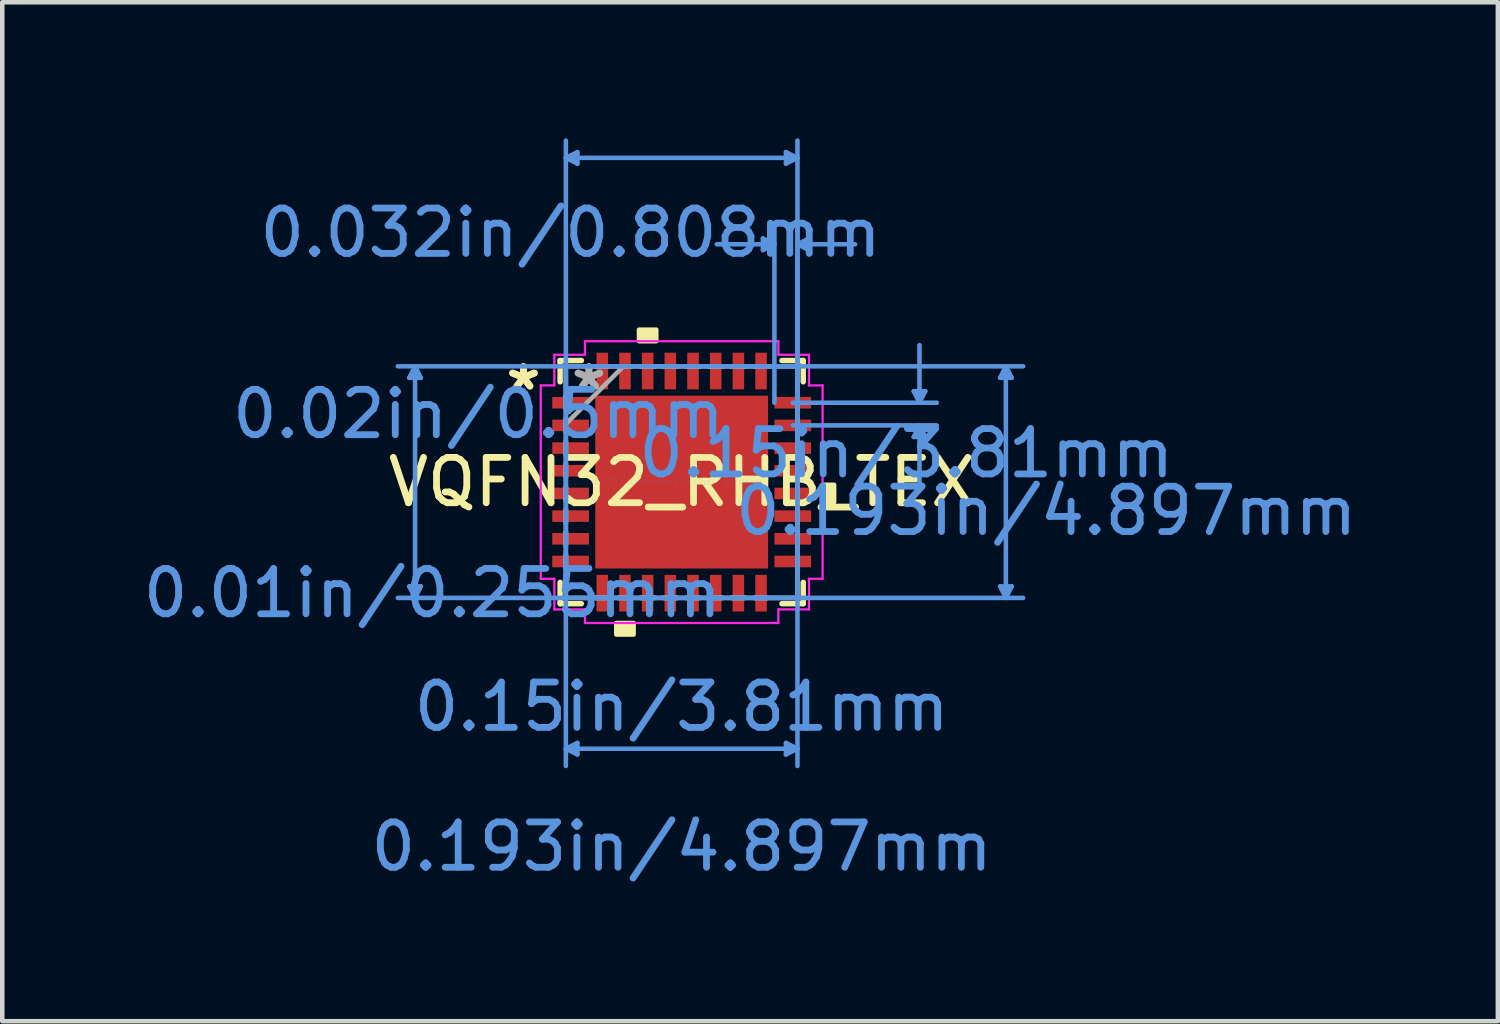
<source format=kicad_pcb>
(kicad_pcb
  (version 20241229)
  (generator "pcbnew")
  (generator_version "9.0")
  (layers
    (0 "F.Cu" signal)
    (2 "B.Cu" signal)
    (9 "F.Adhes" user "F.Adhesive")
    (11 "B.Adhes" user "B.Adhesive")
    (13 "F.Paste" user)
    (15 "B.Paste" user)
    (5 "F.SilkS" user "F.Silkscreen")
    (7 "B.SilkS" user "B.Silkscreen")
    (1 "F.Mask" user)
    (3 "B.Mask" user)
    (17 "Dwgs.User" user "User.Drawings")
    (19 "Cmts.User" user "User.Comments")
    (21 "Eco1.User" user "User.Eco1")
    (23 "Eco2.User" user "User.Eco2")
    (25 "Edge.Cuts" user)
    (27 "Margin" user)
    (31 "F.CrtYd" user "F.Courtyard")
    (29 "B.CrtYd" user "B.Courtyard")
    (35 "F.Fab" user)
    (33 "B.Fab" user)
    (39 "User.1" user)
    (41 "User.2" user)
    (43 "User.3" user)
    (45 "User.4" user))
  (footprint "VQFN32_RHB_TEX"
    (layer "F.Cu")
    (at 11.979 7.579)
    (property "Reference" "VQFN32_RHB_TEX" (at 0 0 0) (layer "F.SilkS") (effects (font (size 1 1) (thickness 0.15))))
    (attr through_hole)
    (fp_line (start -2.68 -2.68) (end -2.68 -2.211) (stroke (width 0.12) (type solid)) (layer "F.SilkS"))
    (fp_line (start -2.68 2.211) (end -2.68 2.68) (stroke (width 0.12) (type solid)) (layer "F.SilkS"))
    (fp_line (start -2.68 2.68) (end -2.211 2.68) (stroke (width 0.12) (type solid)) (layer "F.SilkS"))
    (fp_line (start -2.211 -2.68) (end -2.68 -2.68) (stroke (width 0.12) (type solid)) (layer "F.SilkS"))
    (fp_line (start 2.211 2.68) (end 2.68 2.68) (stroke (width 0.12) (type solid)) (layer "F.SilkS"))
    (fp_line (start 2.68 -2.68) (end 2.211 -2.68) (stroke (width 0.12) (type solid)) (layer "F.SilkS"))
    (fp_line (start 2.68 -2.211) (end 2.68 -2.68) (stroke (width 0.12) (type solid)) (layer "F.SilkS"))
    (fp_line (start 2.68 2.68) (end 2.68 2.211) (stroke (width 0.12) (type solid)) (layer "F.SilkS"))
    (fp_poly (pts (xy -1.441 3.107) (xy -1.441 3.361) (xy -1.06 3.361) (xy -1.06 3.107)) (stroke (width 0.1) (type solid)) (fill yes) (layer "F.SilkS"))
    (fp_poly (pts (xy -0.941 -3.107) (xy -0.941 -3.361) (xy -0.56 -3.361) (xy -0.56 -3.107)) (stroke (width 0.1) (type solid)) (fill yes) (layer "F.SilkS"))
    (fp_poly (pts (xy 3.361 0.06) (xy 3.361 0.441) (xy 3.107 0.441) (xy 3.107 0.06)) (stroke (width 0.1) (type solid)) (fill yes) (layer "F.SilkS"))
    (fp_poly (pts (xy -1.805 -1.805) (xy -1.805 -0.735) (xy -0.735 -0.735) (xy -0.735 -1.805)) (stroke (width 0.1) (type solid)) (fill yes) (layer "F.Paste"))
    (fp_poly (pts (xy -1.805 -0.535) (xy -1.805 0.535) (xy -0.735 0.535) (xy -0.735 -0.535)) (stroke (width 0.1) (type solid)) (fill yes) (layer "F.Paste"))
    (fp_poly (pts (xy -1.805 0.735) (xy -1.805 1.805) (xy -0.735 1.805) (xy -0.735 0.735)) (stroke (width 0.1) (type solid)) (fill yes) (layer "F.Paste"))
    (fp_poly (pts (xy -0.535 -1.805) (xy -0.535 -0.735) (xy 0.535 -0.735) (xy 0.535 -1.805)) (stroke (width 0.1) (type solid)) (fill yes) (layer "F.Paste"))
    (fp_poly (pts (xy -0.535 -0.535) (xy -0.535 0.535) (xy 0.535 0.535) (xy 0.535 -0.535)) (stroke (width 0.1) (type solid)) (fill yes) (layer "F.Paste"))
    (fp_poly (pts (xy -0.535 0.735) (xy -0.535 1.805) (xy 0.535 1.805) (xy 0.535 0.735)) (stroke (width 0.1) (type solid)) (fill yes) (layer "F.Paste"))
    (fp_poly (pts (xy 0.735 -1.805) (xy 0.735 -0.735) (xy 1.805 -0.735) (xy 1.805 -1.805)) (stroke (width 0.1) (type solid)) (fill yes) (layer "F.Paste"))
    (fp_poly (pts (xy 0.735 -0.535) (xy 0.735 0.535) (xy 1.805 0.535) (xy 1.805 -0.535)) (stroke (width 0.1) (type solid)) (fill yes) (layer "F.Paste"))
    (fp_poly (pts (xy 0.735 0.735) (xy 0.735 1.805) (xy 1.805 1.805) (xy 1.805 0.735)) (stroke (width 0.1) (type solid)) (fill yes) (layer "F.Paste"))
    (fp_line (start -6.005 -2.299) (end -5.751 -2.299) (stroke (width 0.1) (type solid)) (layer "Cmts.User"))
    (fp_line (start -6.005 2.299) (end -5.751 2.299) (stroke (width 0.1) (type solid)) (layer "Cmts.User"))
    (fp_line (start -5.878 -2.553) (end -6.005 -2.299) (stroke (width 0.1) (type solid)) (layer "Cmts.User"))
    (fp_line (start -5.878 -2.553) (end -5.878 2.553) (stroke (width 0.1) (type solid)) (layer "Cmts.User"))
    (fp_line (start -5.878 -2.553) (end -5.751 -2.299) (stroke (width 0.1) (type solid)) (layer "Cmts.User"))
    (fp_line (start -5.878 2.553) (end -6.005 2.299) (stroke (width 0.1) (type solid)) (layer "Cmts.User"))
    (fp_line (start -5.878 2.553) (end -5.751 2.299) (stroke (width 0.1) (type solid)) (layer "Cmts.User"))
    (fp_line (start -2.553 -7.148) (end -2.299 -7.275) (stroke (width 0.1) (type solid)) (layer "Cmts.User"))
    (fp_line (start -2.553 -7.148) (end -2.299 -7.021) (stroke (width 0.1) (type solid)) (layer "Cmts.User"))
    (fp_line (start -2.553 -7.148) (end 2.553 -7.148) (stroke (width 0.1) (type solid)) (layer "Cmts.User"))
    (fp_line (start -2.553 -2.553) (end -2.553 6.259) (stroke (width 0.1) (type solid)) (layer "Cmts.User"))
    (fp_line (start -2.553 -1.75) (end -2.553 -7.529) (stroke (width 0.1) (type solid)) (layer "Cmts.User"))
    (fp_line (start -2.553 5.878) (end -2.299 5.751) (stroke (width 0.1) (type solid)) (layer "Cmts.User"))
    (fp_line (start -2.553 5.878) (end -2.299 6.005) (stroke (width 0.1) (type solid)) (layer "Cmts.User"))
    (fp_line (start -2.553 5.878) (end 2.553 5.878) (stroke (width 0.1) (type solid)) (layer "Cmts.User"))
    (fp_line (start -2.299 -7.275) (end -2.299 -7.021) (stroke (width 0.1) (type solid)) (layer "Cmts.User"))
    (fp_line (start -2.299 5.751) (end -2.299 6.005) (stroke (width 0.1) (type solid)) (layer "Cmts.User"))
    (fp_line (start 1.75 -2.553) (end 7.529 -2.553) (stroke (width 0.1) (type solid)) (layer "Cmts.User"))
    (fp_line (start 1.75 2.553) (end 7.529 2.553) (stroke (width 0.1) (type solid)) (layer "Cmts.User"))
    (fp_line (start 1.791 -5.37) (end 1.791 -5.116) (stroke (width 0.1) (type solid)) (layer "Cmts.User"))
    (fp_line (start 2.045 -5.243) (end 0.775 -5.243) (stroke (width 0.1) (type solid)) (layer "Cmts.User"))
    (fp_line (start 2.045 -5.243) (end 1.791 -5.37) (stroke (width 0.1) (type solid)) (layer "Cmts.User"))
    (fp_line (start 2.045 -5.243) (end 1.791 -5.116) (stroke (width 0.1) (type solid)) (layer "Cmts.User"))
    (fp_line (start 2.045 -1.75) (end 2.045 -5.624) (stroke (width 0.1) (type solid)) (layer "Cmts.User"))
    (fp_line (start 2.299 -7.275) (end 2.299 -7.021) (stroke (width 0.1) (type solid)) (layer "Cmts.User"))
    (fp_line (start 2.299 5.751) (end 2.299 6.005) (stroke (width 0.1) (type solid)) (layer "Cmts.User"))
    (fp_line (start 2.449 -1.75) (end 5.624 -1.75) (stroke (width 0.1) (type solid)) (layer "Cmts.User"))
    (fp_line (start 2.449 -1.25) (end 5.624 -1.25) (stroke (width 0.1) (type solid)) (layer "Cmts.User"))
    (fp_line (start 2.553 -7.148) (end 2.299 -7.275) (stroke (width 0.1) (type solid)) (layer "Cmts.User"))
    (fp_line (start 2.553 -7.148) (end 2.299 -7.021) (stroke (width 0.1) (type solid)) (layer "Cmts.User"))
    (fp_line (start 2.553 -5.243) (end 2.807 -5.37) (stroke (width 0.1) (type solid)) (layer "Cmts.User"))
    (fp_line (start 2.553 -5.243) (end 2.807 -5.116) (stroke (width 0.1) (type solid)) (layer "Cmts.User"))
    (fp_line (start 2.553 -5.243) (end 3.823 -5.243) (stroke (width 0.1) (type solid)) (layer "Cmts.User"))
    (fp_line (start 2.553 -2.553) (end -6.259 -2.553) (stroke (width 0.1) (type solid)) (layer "Cmts.User"))
    (fp_line (start 2.553 -2.553) (end 2.553 6.259) (stroke (width 0.1) (type solid)) (layer "Cmts.User"))
    (fp_line (start 2.553 -1.75) (end 2.553 -7.529) (stroke (width 0.1) (type solid)) (layer "Cmts.User"))
    (fp_line (start 2.553 -1.75) (end 2.553 -5.624) (stroke (width 0.1) (type solid)) (layer "Cmts.User"))
    (fp_line (start 2.553 2.553) (end -6.259 2.553) (stroke (width 0.1) (type solid)) (layer "Cmts.User"))
    (fp_line (start 2.553 5.878) (end 2.299 5.751) (stroke (width 0.1) (type solid)) (layer "Cmts.User"))
    (fp_line (start 2.553 5.878) (end 2.299 6.005) (stroke (width 0.1) (type solid)) (layer "Cmts.User"))
    (fp_line (start 2.807 -5.37) (end 2.807 -5.116) (stroke (width 0.1) (type solid)) (layer "Cmts.User"))
    (fp_line (start 5.116 -2.004) (end 5.37 -2.004) (stroke (width 0.1) (type solid)) (layer "Cmts.User"))
    (fp_line (start 5.116 -0.996) (end 5.37 -0.996) (stroke (width 0.1) (type solid)) (layer "Cmts.User"))
    (fp_line (start 5.243 -1.75) (end 5.116 -2.004) (stroke (width 0.1) (type solid)) (layer "Cmts.User"))
    (fp_line (start 5.243 -1.75) (end 5.243 -3.02) (stroke (width 0.1) (type solid)) (layer "Cmts.User"))
    (fp_line (start 5.243 -1.75) (end 5.37 -2.004) (stroke (width 0.1) (type solid)) (layer "Cmts.User"))
    (fp_line (start 5.243 -1.25) (end 5.116 -0.996) (stroke (width 0.1) (type solid)) (layer "Cmts.User"))
    (fp_line (start 5.243 -1.25) (end 5.243 0.02) (stroke (width 0.1) (type solid)) (layer "Cmts.User"))
    (fp_line (start 5.243 -1.25) (end 5.37 -0.996) (stroke (width 0.1) (type solid)) (layer "Cmts.User"))
    (fp_line (start 7.021 -2.299) (end 7.275 -2.299) (stroke (width 0.1) (type solid)) (layer "Cmts.User"))
    (fp_line (start 7.021 2.299) (end 7.275 2.299) (stroke (width 0.1) (type solid)) (layer "Cmts.User"))
    (fp_line (start 7.148 -2.553) (end 7.021 -2.299) (stroke (width 0.1) (type solid)) (layer "Cmts.User"))
    (fp_line (start 7.148 -2.553) (end 7.148 2.553) (stroke (width 0.1) (type solid)) (layer "Cmts.User"))
    (fp_line (start 7.148 -2.553) (end 7.275 -2.299) (stroke (width 0.1) (type solid)) (layer "Cmts.User"))
    (fp_line (start 7.148 2.553) (end 7.021 2.299) (stroke (width 0.1) (type solid)) (layer "Cmts.User"))
    (fp_line (start 7.148 2.553) (end 7.275 2.299) (stroke (width 0.1) (type solid)) (layer "Cmts.User"))
    (fp_line (start -3.107 -2.132) (end -2.807 -2.132) (stroke (width 0.05) (type solid)) (layer "F.CrtYd"))
    (fp_line (start -3.107 2.132) (end -3.107 -2.132) (stroke (width 0.05) (type solid)) (layer "F.CrtYd"))
    (fp_line (start -2.807 -2.807) (end -2.132 -2.807) (stroke (width 0.05) (type solid)) (layer "F.CrtYd"))
    (fp_line (start -2.807 -2.132) (end -2.807 -2.807) (stroke (width 0.05) (type solid)) (layer "F.CrtYd"))
    (fp_line (start -2.807 2.132) (end -3.107 2.132) (stroke (width 0.05) (type solid)) (layer "F.CrtYd"))
    (fp_line (start -2.807 2.807) (end -2.807 2.132) (stroke (width 0.05) (type solid)) (layer "F.CrtYd"))
    (fp_line (start -2.132 -3.107) (end 2.132 -3.107) (stroke (width 0.05) (type solid)) (layer "F.CrtYd"))
    (fp_line (start -2.132 -2.807) (end -2.132 -3.107) (stroke (width 0.05) (type solid)) (layer "F.CrtYd"))
    (fp_line (start -2.132 2.807) (end -2.807 2.807) (stroke (width 0.05) (type solid)) (layer "F.CrtYd"))
    (fp_line (start -2.132 3.107) (end -2.132 2.807) (stroke (width 0.05) (type solid)) (layer "F.CrtYd"))
    (fp_line (start 2.132 -3.107) (end 2.132 -2.807) (stroke (width 0.05) (type solid)) (layer "F.CrtYd"))
    (fp_line (start 2.132 -2.807) (end 2.807 -2.807) (stroke (width 0.05) (type solid)) (layer "F.CrtYd"))
    (fp_line (start 2.132 2.807) (end 2.132 3.107) (stroke (width 0.05) (type solid)) (layer "F.CrtYd"))
    (fp_line (start 2.132 3.107) (end -2.132 3.107) (stroke (width 0.05) (type solid)) (layer "F.CrtYd"))
    (fp_line (start 2.807 -2.807) (end 2.807 -2.132) (stroke (width 0.05) (type solid)) (layer "F.CrtYd"))
    (fp_line (start 2.807 -2.132) (end 3.107 -2.132) (stroke (width 0.05) (type solid)) (layer "F.CrtYd"))
    (fp_line (start 2.807 2.132) (end 2.807 2.807) (stroke (width 0.05) (type solid)) (layer "F.CrtYd"))
    (fp_line (start 2.807 2.807) (end 2.132 2.807) (stroke (width 0.05) (type solid)) (layer "F.CrtYd"))
    (fp_line (start 3.107 -2.132) (end 3.107 2.132) (stroke (width 0.05) (type solid)) (layer "F.CrtYd"))
    (fp_line (start 3.107 2.132) (end 2.807 2.132) (stroke (width 0.05) (type solid)) (layer "F.CrtYd"))
    (fp_line (start -2.553 -2.553) (end -2.553 -2.553) (stroke (width 0.1) (type solid)) (layer "F.Fab"))
    (fp_line (start -2.553 -2.553) (end -2.553 2.553) (stroke (width 0.1) (type solid)) (layer "F.Fab"))
    (fp_line (start -2.553 -1.903) (end -2.553 -1.903) (stroke (width 0.1) (type solid)) (layer "F.Fab"))
    (fp_line (start -2.553 -1.903) (end -2.553 -1.598) (stroke (width 0.1) (type solid)) (layer "F.Fab"))
    (fp_line (start -2.553 -1.598) (end -2.553 -1.903) (stroke (width 0.1) (type solid)) (layer "F.Fab"))
    (fp_line (start -2.553 -1.598) (end -2.553 -1.598) (stroke (width 0.1) (type solid)) (layer "F.Fab"))
    (fp_line (start -2.553 -1.403) (end -2.553 -1.403) (stroke (width 0.1) (type solid)) (layer "F.Fab"))
    (fp_line (start -2.553 -1.403) (end -2.553 -1.098) (stroke (width 0.1) (type solid)) (layer "F.Fab"))
    (fp_line (start -2.553 -1.283) (end -1.283 -2.553) (stroke (width 0.1) (type solid)) (layer "F.Fab"))
    (fp_line (start -2.553 -1.098) (end -2.553 -1.403) (stroke (width 0.1) (type solid)) (layer "F.Fab"))
    (fp_line (start -2.553 -1.098) (end -2.553 -1.098) (stroke (width 0.1) (type solid)) (layer "F.Fab"))
    (fp_line (start -2.553 -0.903) (end -2.553 -0.903) (stroke (width 0.1) (type solid)) (layer "F.Fab"))
    (fp_line (start -2.553 -0.903) (end -2.553 -0.598) (stroke (width 0.1) (type solid)) (layer "F.Fab"))
    (fp_line (start -2.553 -0.598) (end -2.553 -0.903) (stroke (width 0.1) (type solid)) (layer "F.Fab"))
    (fp_line (start -2.553 -0.598) (end -2.553 -0.598) (stroke (width 0.1) (type solid)) (layer "F.Fab"))
    (fp_line (start -2.553 -0.402) (end -2.553 -0.402) (stroke (width 0.1) (type solid)) (layer "F.Fab"))
    (fp_line (start -2.553 -0.402) (end -2.553 -0.098) (stroke (width 0.1) (type solid)) (layer "F.Fab"))
    (fp_line (start -2.553 -0.098) (end -2.553 -0.402) (stroke (width 0.1) (type solid)) (layer "F.Fab"))
    (fp_line (start -2.553 -0.098) (end -2.553 -0.098) (stroke (width 0.1) (type solid)) (layer "F.Fab"))
    (fp_line (start -2.553 0.098) (end -2.553 0.098) (stroke (width 0.1) (type solid)) (layer "F.Fab"))
    (fp_line (start -2.553 0.098) (end -2.553 0.402) (stroke (width 0.1) (type solid)) (layer "F.Fab"))
    (fp_line (start -2.553 0.402) (end -2.553 0.098) (stroke (width 0.1) (type solid)) (layer "F.Fab"))
    (fp_line (start -2.553 0.402) (end -2.553 0.402) (stroke (width 0.1) (type solid)) (layer "F.Fab"))
    (fp_line (start -2.553 0.598) (end -2.553 0.598) (stroke (width 0.1) (type solid)) (layer "F.Fab"))
    (fp_line (start -2.553 0.598) (end -2.553 0.903) (stroke (width 0.1) (type solid)) (layer "F.Fab"))
    (fp_line (start -2.553 0.903) (end -2.553 0.598) (stroke (width 0.1) (type solid)) (layer "F.Fab"))
    (fp_line (start -2.553 0.903) (end -2.553 0.903) (stroke (width 0.1) (type solid)) (layer "F.Fab"))
    (fp_line (start -2.553 1.098) (end -2.553 1.098) (stroke (width 0.1) (type solid)) (layer "F.Fab"))
    (fp_line (start -2.553 1.098) (end -2.553 1.403) (stroke (width 0.1) (type solid)) (layer "F.Fab"))
    (fp_line (start -2.553 1.403) (end -2.553 1.098) (stroke (width 0.1) (type solid)) (layer "F.Fab"))
    (fp_line (start -2.553 1.403) (end -2.553 1.403) (stroke (width 0.1) (type solid)) (layer "F.Fab"))
    (fp_line (start -2.553 1.598) (end -2.553 1.598) (stroke (width 0.1) (type solid)) (layer "F.Fab"))
    (fp_line (start -2.553 1.598) (end -2.553 1.903) (stroke (width 0.1) (type solid)) (layer "F.Fab"))
    (fp_line (start -2.553 1.903) (end -2.553 1.598) (stroke (width 0.1) (type solid)) (layer "F.Fab"))
    (fp_line (start -2.553 1.903) (end -2.553 1.903) (stroke (width 0.1) (type solid)) (layer "F.Fab"))
    (fp_line (start -2.553 2.553) (end -2.553 2.553) (stroke (width 0.1) (type solid)) (layer "F.Fab"))
    (fp_line (start -2.553 2.553) (end 2.553 2.553) (stroke (width 0.1) (type solid)) (layer "F.Fab"))
    (fp_line (start -1.903 -2.553) (end -1.903 -2.553) (stroke (width 0.1) (type solid)) (layer "F.Fab"))
    (fp_line (start -1.903 -2.553) (end -1.598 -2.553) (stroke (width 0.1) (type solid)) (layer "F.Fab"))
    (fp_line (start -1.903 2.553) (end -1.903 2.553) (stroke (width 0.1) (type solid)) (layer "F.Fab"))
    (fp_line (start -1.903 2.553) (end -1.598 2.553) (stroke (width 0.1) (type solid)) (layer "F.Fab"))
    (fp_line (start -1.598 -2.553) (end -1.903 -2.553) (stroke (width 0.1) (type solid)) (layer "F.Fab"))
    (fp_line (start -1.598 -2.553) (end -1.598 -2.553) (stroke (width 0.1) (type solid)) (layer "F.Fab"))
    (fp_line (start -1.598 2.553) (end -1.903 2.553) (stroke (width 0.1) (type solid)) (layer "F.Fab"))
    (fp_line (start -1.598 2.553) (end -1.598 2.553) (stroke (width 0.1) (type solid)) (layer "F.Fab"))
    (fp_line (start -1.403 -2.553) (end -1.403 -2.553) (stroke (width 0.1) (type solid)) (layer "F.Fab"))
    (fp_line (start -1.403 -2.553) (end -1.098 -2.553) (stroke (width 0.1) (type solid)) (layer "F.Fab"))
    (fp_line (start -1.403 2.553) (end -1.403 2.553) (stroke (width 0.1) (type solid)) (layer "F.Fab"))
    (fp_line (start -1.403 2.553) (end -1.098 2.553) (stroke (width 0.1) (type solid)) (layer "F.Fab"))
    (fp_line (start -1.098 -2.553) (end -1.403 -2.553) (stroke (width 0.1) (type solid)) (layer "F.Fab"))
    (fp_line (start -1.098 -2.553) (end -1.098 -2.553) (stroke (width 0.1) (type solid)) (layer "F.Fab"))
    (fp_line (start -1.098 2.553) (end -1.403 2.553) (stroke (width 0.1) (type solid)) (layer "F.Fab"))
    (fp_line (start -1.098 2.553) (end -1.098 2.553) (stroke (width 0.1) (type solid)) (layer "F.Fab"))
    (fp_line (start -0.903 -2.553) (end -0.903 -2.553) (stroke (width 0.1) (type solid)) (layer "F.Fab"))
    (fp_line (start -0.903 -2.553) (end -0.598 -2.553) (stroke (width 0.1) (type solid)) (layer "F.Fab"))
    (fp_line (start -0.903 2.553) (end -0.903 2.553) (stroke (width 0.1) (type solid)) (layer "F.Fab"))
    (fp_line (start -0.903 2.553) (end -0.598 2.553) (stroke (width 0.1) (type solid)) (layer "F.Fab"))
    (fp_line (start -0.598 -2.553) (end -0.903 -2.553) (stroke (width 0.1) (type solid)) (layer "F.Fab"))
    (fp_line (start -0.598 -2.553) (end -0.598 -2.553) (stroke (width 0.1) (type solid)) (layer "F.Fab"))
    (fp_line (start -0.598 2.553) (end -0.903 2.553) (stroke (width 0.1) (type solid)) (layer "F.Fab"))
    (fp_line (start -0.598 2.553) (end -0.598 2.553) (stroke (width 0.1) (type solid)) (layer "F.Fab"))
    (fp_line (start -0.402 -2.553) (end -0.402 -2.553) (stroke (width 0.1) (type solid)) (layer "F.Fab"))
    (fp_line (start -0.402 -2.553) (end -0.098 -2.553) (stroke (width 0.1) (type solid)) (layer "F.Fab"))
    (fp_line (start -0.402 2.553) (end -0.402 2.553) (stroke (width 0.1) (type solid)) (layer "F.Fab"))
    (fp_line (start -0.402 2.553) (end -0.098 2.553) (stroke (width 0.1) (type solid)) (layer "F.Fab"))
    (fp_line (start -0.098 -2.553) (end -0.402 -2.553) (stroke (width 0.1) (type solid)) (layer "F.Fab"))
    (fp_line (start -0.098 -2.553) (end -0.098 -2.553) (stroke (width 0.1) (type solid)) (layer "F.Fab"))
    (fp_line (start -0.098 2.553) (end -0.402 2.553) (stroke (width 0.1) (type solid)) (layer "F.Fab"))
    (fp_line (start -0.098 2.553) (end -0.098 2.553) (stroke (width 0.1) (type solid)) (layer "F.Fab"))
    (fp_line (start 0.098 -2.553) (end 0.098 -2.553) (stroke (width 0.1) (type solid)) (layer "F.Fab"))
    (fp_line (start 0.098 -2.553) (end 0.402 -2.553) (stroke (width 0.1) (type solid)) (layer "F.Fab"))
    (fp_line (start 0.098 2.553) (end 0.098 2.553) (stroke (width 0.1) (type solid)) (layer "F.Fab"))
    (fp_line (start 0.098 2.553) (end 0.402 2.553) (stroke (width 0.1) (type solid)) (layer "F.Fab"))
    (fp_line (start 0.402 -2.553) (end 0.098 -2.553) (stroke (width 0.1) (type solid)) (layer "F.Fab"))
    (fp_line (start 0.402 -2.553) (end 0.402 -2.553) (stroke (width 0.1) (type solid)) (layer "F.Fab"))
    (fp_line (start 0.402 2.553) (end 0.098 2.553) (stroke (width 0.1) (type solid)) (layer "F.Fab"))
    (fp_line (start 0.402 2.553) (end 0.402 2.553) (stroke (width 0.1) (type solid)) (layer "F.Fab"))
    (fp_line (start 0.598 -2.553) (end 0.598 -2.553) (stroke (width 0.1) (type solid)) (layer "F.Fab"))
    (fp_line (start 0.598 -2.553) (end 0.903 -2.553) (stroke (width 0.1) (type solid)) (layer "F.Fab"))
    (fp_line (start 0.598 2.553) (end 0.598 2.553) (stroke (width 0.1) (type solid)) (layer "F.Fab"))
    (fp_line (start 0.598 2.553) (end 0.903 2.553) (stroke (width 0.1) (type solid)) (layer "F.Fab"))
    (fp_line (start 0.903 -2.553) (end 0.598 -2.553) (stroke (width 0.1) (type solid)) (layer "F.Fab"))
    (fp_line (start 0.903 -2.553) (end 0.903 -2.553) (stroke (width 0.1) (type solid)) (layer "F.Fab"))
    (fp_line (start 0.903 2.553) (end 0.598 2.553) (stroke (width 0.1) (type solid)) (layer "F.Fab"))
    (fp_line (start 0.903 2.553) (end 0.903 2.553) (stroke (width 0.1) (type solid)) (layer "F.Fab"))
    (fp_line (start 1.098 -2.553) (end 1.098 -2.553) (stroke (width 0.1) (type solid)) (layer "F.Fab"))
    (fp_line (start 1.098 -2.553) (end 1.403 -2.553) (stroke (width 0.1) (type solid)) (layer "F.Fab"))
    (fp_line (start 1.098 2.553) (end 1.098 2.553) (stroke (width 0.1) (type solid)) (layer "F.Fab"))
    (fp_line (start 1.098 2.553) (end 1.403 2.553) (stroke (width 0.1) (type solid)) (layer "F.Fab"))
    (fp_line (start 1.403 -2.553) (end 1.098 -2.553) (stroke (width 0.1) (type solid)) (layer "F.Fab"))
    (fp_line (start 1.403 -2.553) (end 1.403 -2.553) (stroke (width 0.1) (type solid)) (layer "F.Fab"))
    (fp_line (start 1.403 2.553) (end 1.098 2.553) (stroke (width 0.1) (type solid)) (layer "F.Fab"))
    (fp_line (start 1.403 2.553) (end 1.403 2.553) (stroke (width 0.1) (type solid)) (layer "F.Fab"))
    (fp_line (start 1.598 -2.553) (end 1.598 -2.553) (stroke (width 0.1) (type solid)) (layer "F.Fab"))
    (fp_line (start 1.598 -2.553) (end 1.903 -2.553) (stroke (width 0.1) (type solid)) (layer "F.Fab"))
    (fp_line (start 1.598 2.553) (end 1.598 2.553) (stroke (width 0.1) (type solid)) (layer "F.Fab"))
    (fp_line (start 1.598 2.553) (end 1.903 2.553) (stroke (width 0.1) (type solid)) (layer "F.Fab"))
    (fp_line (start 1.903 -2.553) (end 1.598 -2.553) (stroke (width 0.1) (type solid)) (layer "F.Fab"))
    (fp_line (start 1.903 -2.553) (end 1.903 -2.553) (stroke (width 0.1) (type solid)) (layer "F.Fab"))
    (fp_line (start 1.903 2.553) (end 1.598 2.553) (stroke (width 0.1) (type solid)) (layer "F.Fab"))
    (fp_line (start 1.903 2.553) (end 1.903 2.553) (stroke (width 0.1) (type solid)) (layer "F.Fab"))
    (fp_line (start 2.553 -2.553) (end -2.553 -2.553) (stroke (width 0.1) (type solid)) (layer "F.Fab"))
    (fp_line (start 2.553 -2.553) (end 2.553 -2.553) (stroke (width 0.1) (type solid)) (layer "F.Fab"))
    (fp_line (start 2.553 -1.903) (end 2.553 -1.903) (stroke (width 0.1) (type solid)) (layer "F.Fab"))
    (fp_line (start 2.553 -1.903) (end 2.553 -1.598) (stroke (width 0.1) (type solid)) (layer "F.Fab"))
    (fp_line (start 2.553 -1.598) (end 2.553 -1.903) (stroke (width 0.1) (type solid)) (layer "F.Fab"))
    (fp_line (start 2.553 -1.598) (end 2.553 -1.598) (stroke (width 0.1) (type solid)) (layer "F.Fab"))
    (fp_line (start 2.553 -1.403) (end 2.553 -1.403) (stroke (width 0.1) (type solid)) (layer "F.Fab"))
    (fp_line (start 2.553 -1.403) (end 2.553 -1.098) (stroke (width 0.1) (type solid)) (layer "F.Fab"))
    (fp_line (start 2.553 -1.098) (end 2.553 -1.403) (stroke (width 0.1) (type solid)) (layer "F.Fab"))
    (fp_line (start 2.553 -1.098) (end 2.553 -1.098) (stroke (width 0.1) (type solid)) (layer "F.Fab"))
    (fp_line (start 2.553 -0.903) (end 2.553 -0.903) (stroke (width 0.1) (type solid)) (layer "F.Fab"))
    (fp_line (start 2.553 -0.903) (end 2.553 -0.598) (stroke (width 0.1) (type solid)) (layer "F.Fab"))
    (fp_line (start 2.553 -0.598) (end 2.553 -0.903) (stroke (width 0.1) (type solid)) (layer "F.Fab"))
    (fp_line (start 2.553 -0.598) (end 2.553 -0.598) (stroke (width 0.1) (type solid)) (layer "F.Fab"))
    (fp_line (start 2.553 -0.402) (end 2.553 -0.402) (stroke (width 0.1) (type solid)) (layer "F.Fab"))
    (fp_line (start 2.553 -0.402) (end 2.553 -0.098) (stroke (width 0.1) (type solid)) (layer "F.Fab"))
    (fp_line (start 2.553 -0.098) (end 2.553 -0.402) (stroke (width 0.1) (type solid)) (layer "F.Fab"))
    (fp_line (start 2.553 -0.098) (end 2.553 -0.098) (stroke (width 0.1) (type solid)) (layer "F.Fab"))
    (fp_line (start 2.553 0.098) (end 2.553 0.098) (stroke (width 0.1) (type solid)) (layer "F.Fab"))
    (fp_line (start 2.553 0.098) (end 2.553 0.402) (stroke (width 0.1) (type solid)) (layer "F.Fab"))
    (fp_line (start 2.553 0.402) (end 2.553 0.098) (stroke (width 0.1) (type solid)) (layer "F.Fab"))
    (fp_line (start 2.553 0.402) (end 2.553 0.402) (stroke (width 0.1) (type solid)) (layer "F.Fab"))
    (fp_line (start 2.553 0.598) (end 2.553 0.598) (stroke (width 0.1) (type solid)) (layer "F.Fab"))
    (fp_line (start 2.553 0.598) (end 2.553 0.903) (stroke (width 0.1) (type solid)) (layer "F.Fab"))
    (fp_line (start 2.553 0.903) (end 2.553 0.598) (stroke (width 0.1) (type solid)) (layer "F.Fab"))
    (fp_line (start 2.553 0.903) (end 2.553 0.903) (stroke (width 0.1) (type solid)) (layer "F.Fab"))
    (fp_line (start 2.553 1.098) (end 2.553 1.098) (stroke (width 0.1) (type solid)) (layer "F.Fab"))
    (fp_line (start 2.553 1.098) (end 2.553 1.403) (stroke (width 0.1) (type solid)) (layer "F.Fab"))
    (fp_line (start 2.553 1.403) (end 2.553 1.098) (stroke (width 0.1) (type solid)) (layer "F.Fab"))
    (fp_line (start 2.553 1.403) (end 2.553 1.403) (stroke (width 0.1) (type solid)) (layer "F.Fab"))
    (fp_line (start 2.553 1.598) (end 2.553 1.598) (stroke (width 0.1) (type solid)) (layer "F.Fab"))
    (fp_line (start 2.553 1.598) (end 2.553 1.903) (stroke (width 0.1) (type solid)) (layer "F.Fab"))
    (fp_line (start 2.553 1.903) (end 2.553 1.598) (stroke (width 0.1) (type solid)) (layer "F.Fab"))
    (fp_line (start 2.553 1.903) (end 2.553 1.903) (stroke (width 0.1) (type solid)) (layer "F.Fab"))
    (fp_line (start 2.553 2.553) (end 2.553 -2.553) (stroke (width 0.1) (type solid)) (layer "F.Fab"))
    (fp_line (start 2.553 2.553) (end 2.553 2.553) (stroke (width 0.1) (type solid)) (layer "F.Fab"))
    (fp_text user "*" (at -3.488 -2.001 0) (layer "F.SilkS") (effects (font (size 1 1) (thickness 0.15))))
    (fp_text user "*" (at -3.488 -2.001 0) (layer "F.SilkS") (effects (font (size 1 1) (thickness 0.15))))
    (fp_text user "0.15in/3.81mm" (at 4.953 -0.635 0) (layer "Cmts.User") (effects (font (size 1 1) (thickness 0.15))))
    (fp_text user "0.193in/4.897mm" (at 0 8.037 0) (layer "Cmts.User") (effects (font (size 1 1) (thickness 0.15))))
    (fp_text user "Copyright 2021 Accelerated Designs. All rights reserved." (at 0 0 0) (layer "Cmts.User") (effects (font (size 0.127 0.127) (thickness 0.002))))
    (fp_text user "0.15in/3.81mm" (at 0 4.953 0) (layer "Cmts.User") (effects (font (size 1 1) (thickness 0.15))))
    (fp_text user "0.01in/0.255mm" (at -5.497 2.449 0) (layer "Cmts.User") (effects (font (size 1 1) (thickness 0.15))))
    (fp_text user "0.02in/0.5mm" (at -4.481 -1.5 0) (layer "Cmts.User") (effects (font (size 1 1) (thickness 0.15))))
    (fp_text user "0.193in/4.897mm" (at 8.037 0.635 0) (layer "Cmts.User") (effects (font (size 1 1) (thickness 0.15))))
    (fp_text user "0.032in/0.808mm" (at -2.449 -5.497 0) (layer "Cmts.User") (effects (font (size 1 1) (thickness 0.15))))
    (fp_text user "*" (at -2.045 -2.001 0) (layer "F.Fab") (effects (font (size 1 1) (thickness 0.15))))
    (fp_text user "*" (at -2.045 -2.001 0) (layer "F.Fab") (effects (font (size 1 1) (thickness 0.15))))
    (pad "1" smd rect (at -2.449 -1.75 90) (size 0.255 0.808) (layers "F.Cu" "F.Mask" "F.Paste"))
    (pad "2" smd rect (at -2.449 -1.25 90) (size 0.255 0.808) (layers "F.Cu" "F.Mask" "F.Paste"))
    (pad "3" smd rect (at -2.449 -0.75 90) (size 0.255 0.808) (layers "F.Cu" "F.Mask" "F.Paste"))
    (pad "4" smd rect (at -2.449 -0.25 90) (size 0.255 0.808) (layers "F.Cu" "F.Mask" "F.Paste"))
    (pad "5" smd rect (at -2.449 0.25 90) (size 0.255 0.808) (layers "F.Cu" "F.Mask" "F.Paste"))
    (pad "6" smd rect (at -2.449 0.75 90) (size 0.255 0.808) (layers "F.Cu" "F.Mask" "F.Paste"))
    (pad "7" smd rect (at -2.449 1.25 90) (size 0.255 0.808) (layers "F.Cu" "F.Mask" "F.Paste"))
    (pad "8" smd rect (at -2.449 1.75 90) (size 0.255 0.808) (layers "F.Cu" "F.Mask" "F.Paste"))
    (pad "9" smd rect (at -1.75 2.449) (size 0.255 0.808) (layers "F.Cu" "F.Mask" "F.Paste"))
    (pad "10" smd rect (at -1.25 2.449) (size 0.255 0.808) (layers "F.Cu" "F.Mask" "F.Paste"))
    (pad "11" smd rect (at -0.75 2.449) (size 0.255 0.808) (layers "F.Cu" "F.Mask" "F.Paste"))
    (pad "12" smd rect (at -0.25 2.449) (size 0.255 0.808) (layers "F.Cu" "F.Mask" "F.Paste"))
    (pad "13" smd rect (at 0.25 2.449) (size 0.255 0.808) (layers "F.Cu" "F.Mask" "F.Paste"))
    (pad "14" smd rect (at 0.75 2.449) (size 0.255 0.808) (layers "F.Cu" "F.Mask" "F.Paste"))
    (pad "15" smd rect (at 1.25 2.449) (size 0.255 0.808) (layers "F.Cu" "F.Mask" "F.Paste"))
    (pad "16" smd rect (at 1.75 2.449) (size 0.255 0.808) (layers "F.Cu" "F.Mask" "F.Paste"))
    (pad "17" smd rect (at 2.449 1.75 90) (size 0.255 0.808) (layers "F.Cu" "F.Mask" "F.Paste"))
    (pad "18" smd rect (at 2.449 1.25 90) (size 0.255 0.808) (layers "F.Cu" "F.Mask" "F.Paste"))
    (pad "19" smd rect (at 2.449 0.75 90) (size 0.255 0.808) (layers "F.Cu" "F.Mask" "F.Paste"))
    (pad "20" smd rect (at 2.449 0.25 90) (size 0.255 0.808) (layers "F.Cu" "F.Mask" "F.Paste"))
    (pad "21" smd rect (at 2.449 -0.25 90) (size 0.255 0.808) (layers "F.Cu" "F.Mask" "F.Paste"))
    (pad "22" smd rect (at 2.449 -0.75 90) (size 0.255 0.808) (layers "F.Cu" "F.Mask" "F.Paste"))
    (pad "23" smd rect (at 2.449 -1.25 90) (size 0.255 0.808) (layers "F.Cu" "F.Mask" "F.Paste"))
    (pad "24" smd rect (at 2.449 -1.75 90) (size 0.255 0.808) (layers "F.Cu" "F.Mask" "F.Paste"))
    (pad "25" smd rect (at 1.75 -2.449) (size 0.255 0.808) (layers "F.Cu" "F.Mask" "F.Paste"))
    (pad "26" smd rect (at 1.25 -2.449) (size 0.255 0.808) (layers "F.Cu" "F.Mask" "F.Paste"))
    (pad "27" smd rect (at 0.75 -2.449) (size 0.255 0.808) (layers "F.Cu" "F.Mask" "F.Paste"))
    (pad "28" smd rect (at 0.25 -2.449) (size 0.255 0.808) (layers "F.Cu" "F.Mask" "F.Paste"))
    (pad "29" smd rect (at -0.25 -2.449) (size 0.255 0.808) (layers "F.Cu" "F.Mask" "F.Paste"))
    (pad "30" smd rect (at -0.75 -2.449) (size 0.255 0.808) (layers "F.Cu" "F.Mask" "F.Paste"))
    (pad "31" smd rect (at -1.25 -2.449) (size 0.255 0.808) (layers "F.Cu" "F.Mask" "F.Paste"))
    (pad "32" smd rect (at -1.75 -2.449) (size 0.255 0.808) (layers "F.Cu" "F.Mask" "F.Paste"))
    (pad "33" smd rect (at 0 0) (size 3.81 3.81) (layers "F.Cu" "F.Mask")))
  (gr_rect
    (start -3 -3)
    (end 29.974 19.464)
    (stroke (width 0.1) (type default))
    (fill no)
    (layer "Edge.Cuts")))
</source>
